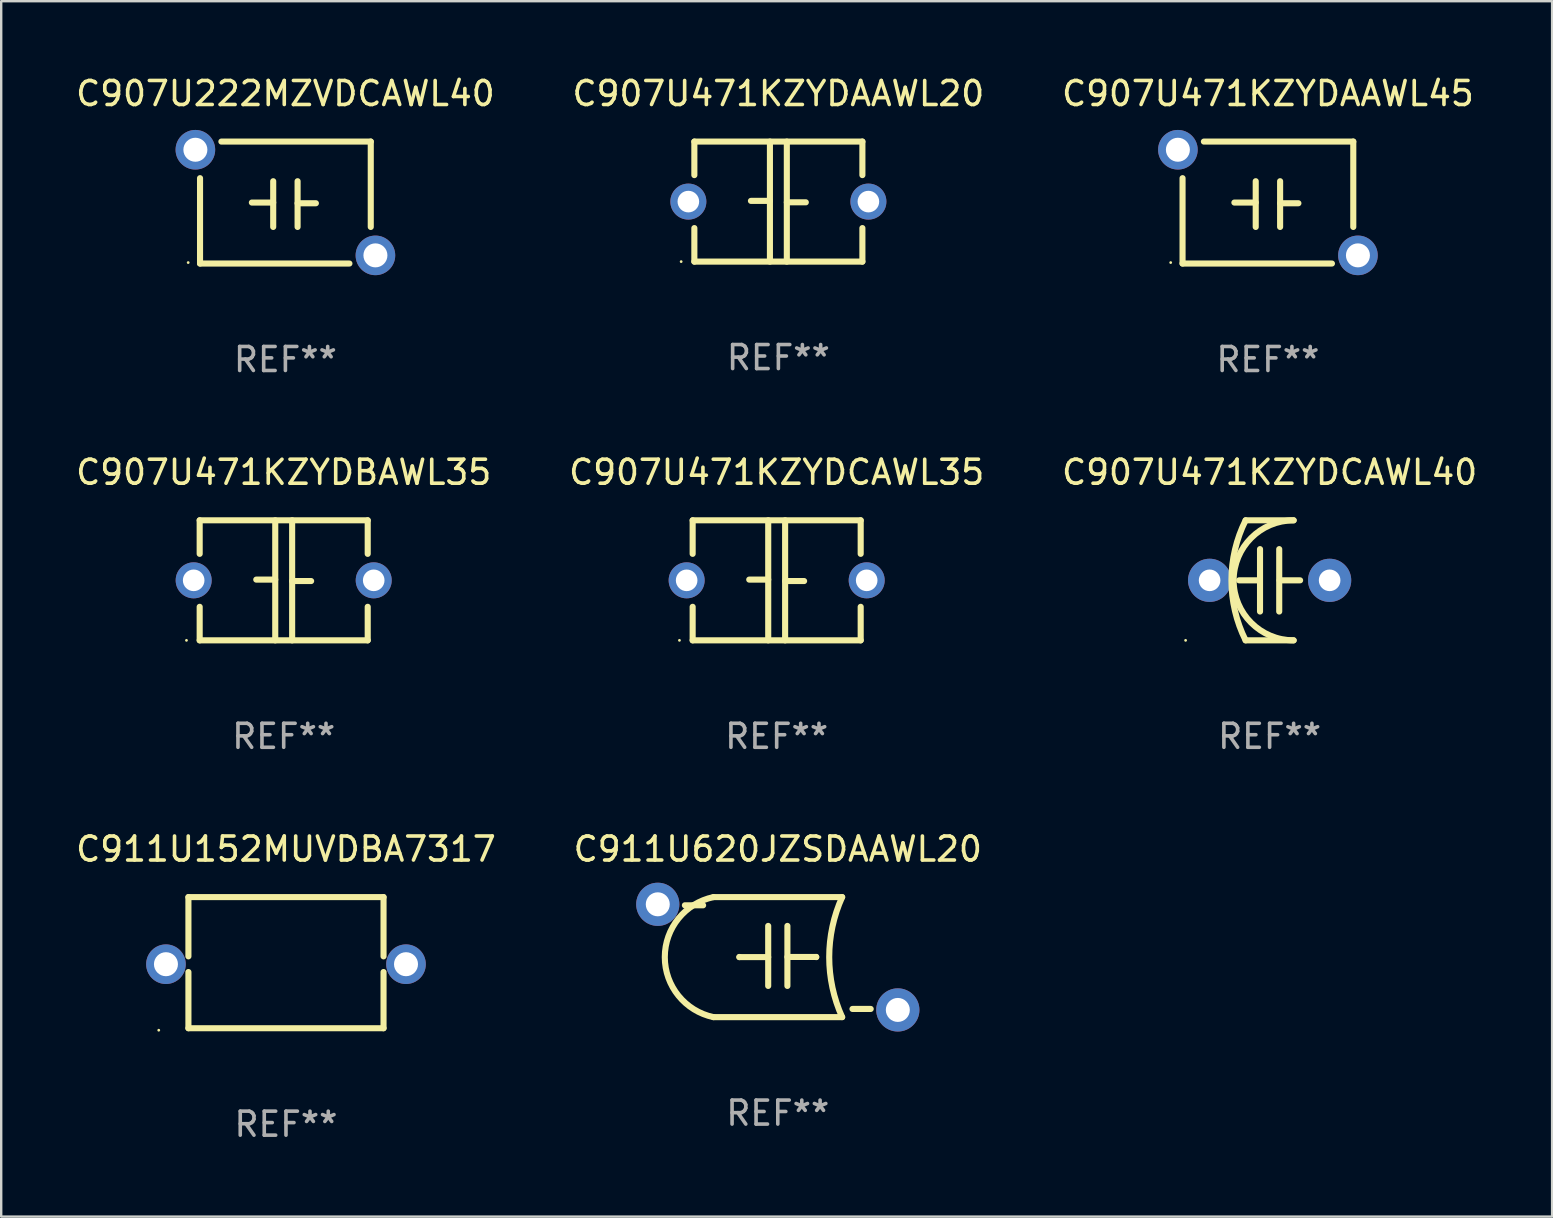
<source format=kicad_pcb>
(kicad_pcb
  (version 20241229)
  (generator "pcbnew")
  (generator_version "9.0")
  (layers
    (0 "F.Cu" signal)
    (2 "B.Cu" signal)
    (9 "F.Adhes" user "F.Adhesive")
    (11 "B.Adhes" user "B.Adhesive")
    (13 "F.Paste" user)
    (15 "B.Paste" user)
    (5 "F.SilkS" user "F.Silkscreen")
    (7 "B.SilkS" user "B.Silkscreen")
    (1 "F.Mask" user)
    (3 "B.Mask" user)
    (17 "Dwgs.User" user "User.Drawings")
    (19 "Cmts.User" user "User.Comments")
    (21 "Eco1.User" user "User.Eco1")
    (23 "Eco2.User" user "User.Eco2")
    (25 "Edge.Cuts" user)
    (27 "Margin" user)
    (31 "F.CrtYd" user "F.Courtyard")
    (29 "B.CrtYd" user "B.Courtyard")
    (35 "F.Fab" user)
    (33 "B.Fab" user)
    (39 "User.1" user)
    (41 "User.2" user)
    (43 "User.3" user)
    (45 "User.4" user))
  (footprint "C907U471KZYDAAWL45"
    (layer "F.Cu")
    (at 49.768 5.388)
    (property "Reference" "C907U471KZYDAAWL45" (at 0 -4.54 0) (layer "F.SilkS") (effects (font (size 1 1) (thickness 0.15))))
    (attr through_hole)
    (fp_line (start -3.556 2.54) (end -3.556 -1.016) (stroke (width 0.254) (type solid)) (layer "F.SilkS"))
    (fp_line (start -1.397 0) (end -0.508 0) (stroke (width 0.254) (type solid)) (layer "F.SilkS"))
    (fp_line (start -0.508 -0.889) (end -0.508 1.016) (stroke (width 0.254) (type solid)) (layer "F.SilkS"))
    (fp_line (start 0.508 -0.889) (end 0.508 1.016) (stroke (width 0.254) (type solid)) (layer "F.SilkS"))
    (fp_line (start 0.508 0.029) (end 1.27 0.029) (stroke (width 0.254) (type solid)) (layer "F.SilkS"))
    (fp_line (start 2.667 2.54) (end -3.556 2.54) (stroke (width 0.254) (type solid)) (layer "F.SilkS"))
    (fp_line (start 3.556 -2.54) (end -2.667 -2.54) (stroke (width 0.254) (type solid)) (layer "F.SilkS"))
    (fp_line (start 3.556 -2.54) (end 3.556 1.016) (stroke (width 0.254) (type solid)) (layer "F.SilkS"))
    (fp_circle (center -4.05 2.5) (end -4.02 2.5) (stroke (width 0.06) (type solid)) (fill no) (layer "F.SilkS"))
    (fp_text user "REF**" (at 0 6.54 0) (layer "F.Fab") (effects (font (size 1 1) (thickness 0.15))))
    (pad "1" thru_hole circle (at -3.75 -2.2) (size 1.65 1.65) (drill 1) (layers "*.Cu" "*.Mask"))
    (pad "2" thru_hole circle (at 3.75 2.2) (size 1.65 1.65) (drill 1) (layers "*.Cu" "*.Mask")))
  (footprint "C907U471KZYDAAWL20"
    (layer "F.Cu")
    (at 29.375 5.348)
    (property "Reference" "C907U471KZYDAAWL20" (at 0 -4.5 0) (layer "F.SilkS") (effects (font (size 1 1) (thickness 0.15))))
    (attr through_hole)
    (fp_line (start -3.5 -2.5) (end -3.5 -1.103) (stroke (width 0.254) (type solid)) (layer "F.SilkS"))
    (fp_line (start -3.5 -2.5) (end 3.5 -2.5) (stroke (width 0.254) (type solid)) (layer "F.SilkS"))
    (fp_line (start -3.5 1.103) (end -3.5 2.5) (stroke (width 0.254) (type solid)) (layer "F.SilkS"))
    (fp_line (start -0.352 -0.03) (end -1.143 -0.03) (stroke (width 0.254) (type solid)) (layer "F.SilkS"))
    (fp_line (start -0.352 2.5) (end -0.352 -2.5) (stroke (width 0.254) (type solid)) (layer "F.SilkS"))
    (fp_line (start 0.352 -2.5) (end 0.352 2.5) (stroke (width 0.254) (type solid)) (layer "F.SilkS"))
    (fp_line (start 0.352 0.03) (end 1.143 0.03) (stroke (width 0.254) (type solid)) (layer "F.SilkS"))
    (fp_line (start 3.5 -2.5) (end 3.5 -1.103) (stroke (width 0.254) (type solid)) (layer "F.SilkS"))
    (fp_line (start 3.5 1.103) (end 3.5 2.5) (stroke (width 0.254) (type solid)) (layer "F.SilkS"))
    (fp_line (start 3.5 2.5) (end -3.5 2.5) (stroke (width 0.254) (type solid)) (layer "F.SilkS"))
    (fp_circle (center -4.05 2.5) (end -4.02 2.5) (stroke (width 0.06) (type solid)) (fill no) (layer "F.SilkS"))
    (fp_text user "REF**" (at 0 6.5 0) (layer "F.Fab") (effects (font (size 1 1) (thickness 0.15))))
    (pad "1" thru_hole circle (at -3.75 0) (size 1.5 1.5) (drill 0.9) (layers "*.Cu" "*.Mask"))
    (pad "2" thru_hole circle (at 3.75 0) (size 1.5 1.5) (drill 0.9) (layers "*.Cu" "*.Mask")))
  (footprint "C907U222MZVDCAWL40"
    (layer "F.Cu")
    (at 8.839 5.388)
    (property "Reference" "C907U222MZVDCAWL40" (at 0 -4.54 0) (layer "F.SilkS") (effects (font (size 1 1) (thickness 0.15))))
    (attr through_hole)
    (fp_line (start -3.556 2.54) (end -3.556 -1.016) (stroke (width 0.254) (type solid)) (layer "F.SilkS"))
    (fp_line (start -1.397 0) (end -0.508 0) (stroke (width 0.254) (type solid)) (layer "F.SilkS"))
    (fp_line (start -0.508 -0.889) (end -0.508 1.016) (stroke (width 0.254) (type solid)) (layer "F.SilkS"))
    (fp_line (start 0.508 -0.889) (end 0.508 1.016) (stroke (width 0.254) (type solid)) (layer "F.SilkS"))
    (fp_line (start 0.508 0.029) (end 1.27 0.029) (stroke (width 0.254) (type solid)) (layer "F.SilkS"))
    (fp_line (start 2.667 2.54) (end -3.556 2.54) (stroke (width 0.254) (type solid)) (layer "F.SilkS"))
    (fp_line (start 3.556 -2.54) (end -2.667 -2.54) (stroke (width 0.254) (type solid)) (layer "F.SilkS"))
    (fp_line (start 3.556 -2.54) (end 3.556 1.016) (stroke (width 0.254) (type solid)) (layer "F.SilkS"))
    (fp_circle (center -4.05 2.5) (end -4.02 2.5) (stroke (width 0.06) (type solid)) (fill no) (layer "F.SilkS"))
    (fp_text user "REF**" (at 0 6.54 0) (layer "F.Fab") (effects (font (size 1 1) (thickness 0.15))))
    (pad "1" thru_hole circle (at -3.75 -2.2) (size 1.65 1.65) (drill 1) (layers "*.Cu" "*.Mask"))
    (pad "2" thru_hole circle (at 3.75 2.2) (size 1.65 1.65) (drill 1) (layers "*.Cu" "*.Mask")))
  (footprint "C907U471KZYDCAWL35"
    (layer "F.Cu")
    (at 29.304 21.125)
    (property "Reference" "C907U471KZYDCAWL35" (at 0 -4.5 0) (layer "F.SilkS") (effects (font (size 1 1) (thickness 0.15))))
    (attr through_hole)
    (fp_line (start -3.5 -2.5) (end -3.5 -1.103) (stroke (width 0.254) (type solid)) (layer "F.SilkS"))
    (fp_line (start -3.5 -2.5) (end 3.5 -2.5) (stroke (width 0.254) (type solid)) (layer "F.SilkS"))
    (fp_line (start -3.5 1.103) (end -3.5 2.5) (stroke (width 0.254) (type solid)) (layer "F.SilkS"))
    (fp_line (start -0.352 -0.03) (end -1.143 -0.03) (stroke (width 0.254) (type solid)) (layer "F.SilkS"))
    (fp_line (start -0.352 2.5) (end -0.352 -2.5) (stroke (width 0.254) (type solid)) (layer "F.SilkS"))
    (fp_line (start 0.352 -2.5) (end 0.352 2.5) (stroke (width 0.254) (type solid)) (layer "F.SilkS"))
    (fp_line (start 0.352 0.03) (end 1.143 0.03) (stroke (width 0.254) (type solid)) (layer "F.SilkS"))
    (fp_line (start 3.5 -2.5) (end 3.5 -1.103) (stroke (width 0.254) (type solid)) (layer "F.SilkS"))
    (fp_line (start 3.5 1.103) (end 3.5 2.5) (stroke (width 0.254) (type solid)) (layer "F.SilkS"))
    (fp_line (start 3.5 2.5) (end -3.5 2.5) (stroke (width 0.254) (type solid)) (layer "F.SilkS"))
    (fp_circle (center -4.05 2.5) (end -4.02 2.5) (stroke (width 0.06) (type solid)) (fill no) (layer "F.SilkS"))
    (fp_text user "REF**" (at 0 6.5 0) (layer "F.Fab") (effects (font (size 1 1) (thickness 0.15))))
    (pad "1" thru_hole circle (at -3.75 0) (size 1.5 1.5) (drill 0.9) (layers "*.Cu" "*.Mask"))
    (pad "2" thru_hole circle (at 3.75 0) (size 1.5 1.5) (drill 0.9) (layers "*.Cu" "*.Mask")))
  (footprint "C911U620JZSDAAWL20"
    (layer "F.Cu")
    (at 29.351 36.821)
    (property "Reference" "C911U620JZSDAAWL20" (at 0 -4.5 0) (layer "F.SilkS") (effects (font (size 1 1) (thickness 0.15))))
    (attr through_hole)
    (fp_line (start -3.87 -2.159) (end -3.111 -2.159) (stroke (width 0.254) (type solid)) (layer "F.SilkS"))
    (fp_line (start -2.681 -2.5) (end 2.681 -2.5) (stroke (width 0.254) (type solid)) (layer "F.SilkS"))
    (fp_line (start -2.681 2.5) (end 2.681 2.5) (stroke (width 0.254) (type solid)) (layer "F.SilkS"))
    (fp_line (start -1.6 0) (end -1.6 -0.007) (stroke (width 0.254) (type solid)) (layer "F.SilkS"))
    (fp_line (start -0.4 -1.3) (end -0.4 1.2) (stroke (width 0.254) (type solid)) (layer "F.SilkS"))
    (fp_line (start -0.4 0) (end -1.6 0) (stroke (width 0.254) (type solid)) (layer "F.SilkS"))
    (fp_line (start 0.4 -0.007) (end 1.6 -0.007) (stroke (width 0.254) (type solid)) (layer "F.SilkS"))
    (fp_line (start 0.4 1.2) (end 0.4 -1.3) (stroke (width 0.254) (type solid)) (layer "F.SilkS"))
    (fp_line (start 1.6 -0.007) (end 1.6 0) (stroke (width 0.254) (type solid)) (layer "F.SilkS"))
    (fp_line (start 3.87 2.159) (end 3.111 2.159) (stroke (width 0.254) (type solid)) (layer "F.SilkS"))
    (fp_arc (start -2.680848 2.5) (mid -4.707561 0) (end -2.680849 -2.5) (stroke (width 0.254001) (type solid)) (layer "F.SilkS"))
    (fp_arc (start 2.680848 2.5) (mid 2.141873 0) (end 2.680848 -2.5) (stroke (width 0.254001) (type solid)) (layer "F.SilkS"))
    (fp_circle (center -5.3 -2.51) (end -5.27 -2.51) (stroke (width 0.06) (type solid)) (fill no) (layer "F.SilkS"))
    (fp_text user "REF**" (at 0 6.5 0) (layer "F.Fab") (effects (font (size 1 1) (thickness 0.15))))
    (pad "1" thru_hole circle (at -5 -2.2) (size 1.8 1.8) (drill 1) (layers "*.Cu" "*.Mask"))
    (pad "2" thru_hole circle (at 5 2.2) (size 1.8 1.8) (drill 1) (layers "*.Cu" "*.Mask")))
  (footprint "C907U471KZYDCAWL40"
    (layer "F.Cu")
    (at 49.839 21.125)
    (property "Reference" "C907U471KZYDCAWL40" (at 0 -4.5 0) (layer "F.SilkS") (effects (font (size 1 1) (thickness 0.15))))
    (attr through_hole)
    (fp_line (start -1 -2.5) (end 1 -2.5) (stroke (width 0.254) (type solid)) (layer "F.SilkS"))
    (fp_line (start -1 2.5) (end 1 2.5) (stroke (width 0.254) (type solid)) (layer "F.SilkS"))
    (fp_line (start -0.416 0) (end -1.27 0) (stroke (width 0.254) (type solid)) (layer "F.SilkS"))
    (fp_line (start -0.4 -1.3) (end -0.4 1.3) (stroke (width 0.254) (type solid)) (layer "F.SilkS"))
    (fp_line (start 0.4 1.3) (end 0.4 -1.3) (stroke (width 0.254) (type solid)) (layer "F.SilkS"))
    (fp_line (start 0.416 0) (end 1.27 0) (stroke (width 0.254) (type solid)) (layer "F.SilkS"))
    (fp_arc (start -1.000762 2.499365) (mid -1.590595 -0.000407) (end -1 -2.5) (stroke (width 0.254001) (type solid)) (layer "F.SilkS"))
    (fp_arc (start 1 2.5) (mid -1.498907 -0.000064) (end 1.000763 -2.499364) (stroke (width 0.254001) (type solid)) (layer "F.SilkS"))
    (fp_circle (center -3.5 2.5) (end -3.47 2.5) (stroke (width 0.06) (type solid)) (fill no) (layer "F.SilkS"))
    (fp_text user "REF**" (at 0 6.5 0) (layer "F.Fab") (effects (font (size 1 1) (thickness 0.15))))
    (pad "1" thru_hole circle (at -2.5 0) (size 1.8 1.8) (drill 0.9) (layers "*.Cu" "*.Mask"))
    (pad "2" thru_hole circle (at 2.5 0) (size 1.8 1.8) (drill 0.9) (layers "*.Cu" "*.Mask")))
  (footprint "C911U152MUVDBA7317"
    (layer "F.Cu")
    (at 8.863 37.052)
    (property "Reference" "C911U152MUVDBA7317" (at 0 -4.731 0) (layer "F.SilkS") (effects (font (size 1 1) (thickness 0.15))))
    (attr through_hole)
    (fp_line (start -4.064 -2.731) (end -4.064 -0.263) (stroke (width 0.254) (type solid)) (layer "F.SilkS"))
    (fp_line (start -4.064 0.39) (end -4.064 2.731) (stroke (width 0.254) (type solid)) (layer "F.SilkS"))
    (fp_line (start -4.064 2.731) (end 4.064 2.731) (stroke (width 0.254) (type solid)) (layer "F.SilkS"))
    (fp_line (start 4.064 -2.731) (end -4.064 -2.731) (stroke (width 0.254) (type solid)) (layer "F.SilkS"))
    (fp_line (start 4.064 -0.263) (end 4.064 -2.731) (stroke (width 0.254) (type solid)) (layer "F.SilkS"))
    (fp_line (start 4.064 2.731) (end 4.064 0.39) (stroke (width 0.254) (type solid)) (layer "F.SilkS"))
    (fp_circle (center -5.3 2.814) (end -5.27 2.814) (stroke (width 0.06) (type solid)) (fill no) (layer "F.SilkS"))
    (fp_text user "REF**" (at 0 6.731 0) (layer "F.Fab") (effects (font (size 1 1) (thickness 0.15))))
    (pad "1" thru_hole circle (at -5 0.064) (size 1.65 1.65) (drill 1) (layers "*.Cu" "*.Mask"))
    (pad "2" thru_hole circle (at 5 0.064) (size 1.65 1.65) (drill 1) (layers "*.Cu" "*.Mask")))
  (footprint "C907U471KZYDBAWL35"
    (layer "F.Cu")
    (at 8.768 21.125)
    (property "Reference" "C907U471KZYDBAWL35" (at 0 -4.5 0) (layer "F.SilkS") (effects (font (size 1 1) (thickness 0.15))))
    (attr through_hole)
    (fp_line (start -3.5 -2.5) (end -3.5 -1.103) (stroke (width 0.254) (type solid)) (layer "F.SilkS"))
    (fp_line (start -3.5 -2.5) (end 3.5 -2.5) (stroke (width 0.254) (type solid)) (layer "F.SilkS"))
    (fp_line (start -3.5 1.103) (end -3.5 2.5) (stroke (width 0.254) (type solid)) (layer "F.SilkS"))
    (fp_line (start -0.352 -0.03) (end -1.143 -0.03) (stroke (width 0.254) (type solid)) (layer "F.SilkS"))
    (fp_line (start -0.352 2.5) (end -0.352 -2.5) (stroke (width 0.254) (type solid)) (layer "F.SilkS"))
    (fp_line (start 0.352 -2.5) (end 0.352 2.5) (stroke (width 0.254) (type solid)) (layer "F.SilkS"))
    (fp_line (start 0.352 0.03) (end 1.143 0.03) (stroke (width 0.254) (type solid)) (layer "F.SilkS"))
    (fp_line (start 3.5 -2.5) (end 3.5 -1.103) (stroke (width 0.254) (type solid)) (layer "F.SilkS"))
    (fp_line (start 3.5 1.103) (end 3.5 2.5) (stroke (width 0.254) (type solid)) (layer "F.SilkS"))
    (fp_line (start 3.5 2.5) (end -3.5 2.5) (stroke (width 0.254) (type solid)) (layer "F.SilkS"))
    (fp_circle (center -4.05 2.5) (end -4.02 2.5) (stroke (width 0.06) (type solid)) (fill no) (layer "F.SilkS"))
    (fp_text user "REF**" (at 0 6.5 0) (layer "F.Fab") (effects (font (size 1 1) (thickness 0.15))))
    (pad "1" thru_hole circle (at -3.75 0) (size 1.5 1.5) (drill 0.9) (layers "*.Cu" "*.Mask"))
    (pad "2" thru_hole circle (at 3.75 0) (size 1.5 1.5) (drill 0.9) (layers "*.Cu" "*.Mask")))
  (gr_rect
    (start -3 -3)
    (end 61.607 47.631)
    (stroke (width 0.1) (type default))
    (fill no)
    (layer "Edge.Cuts")))
</source>
